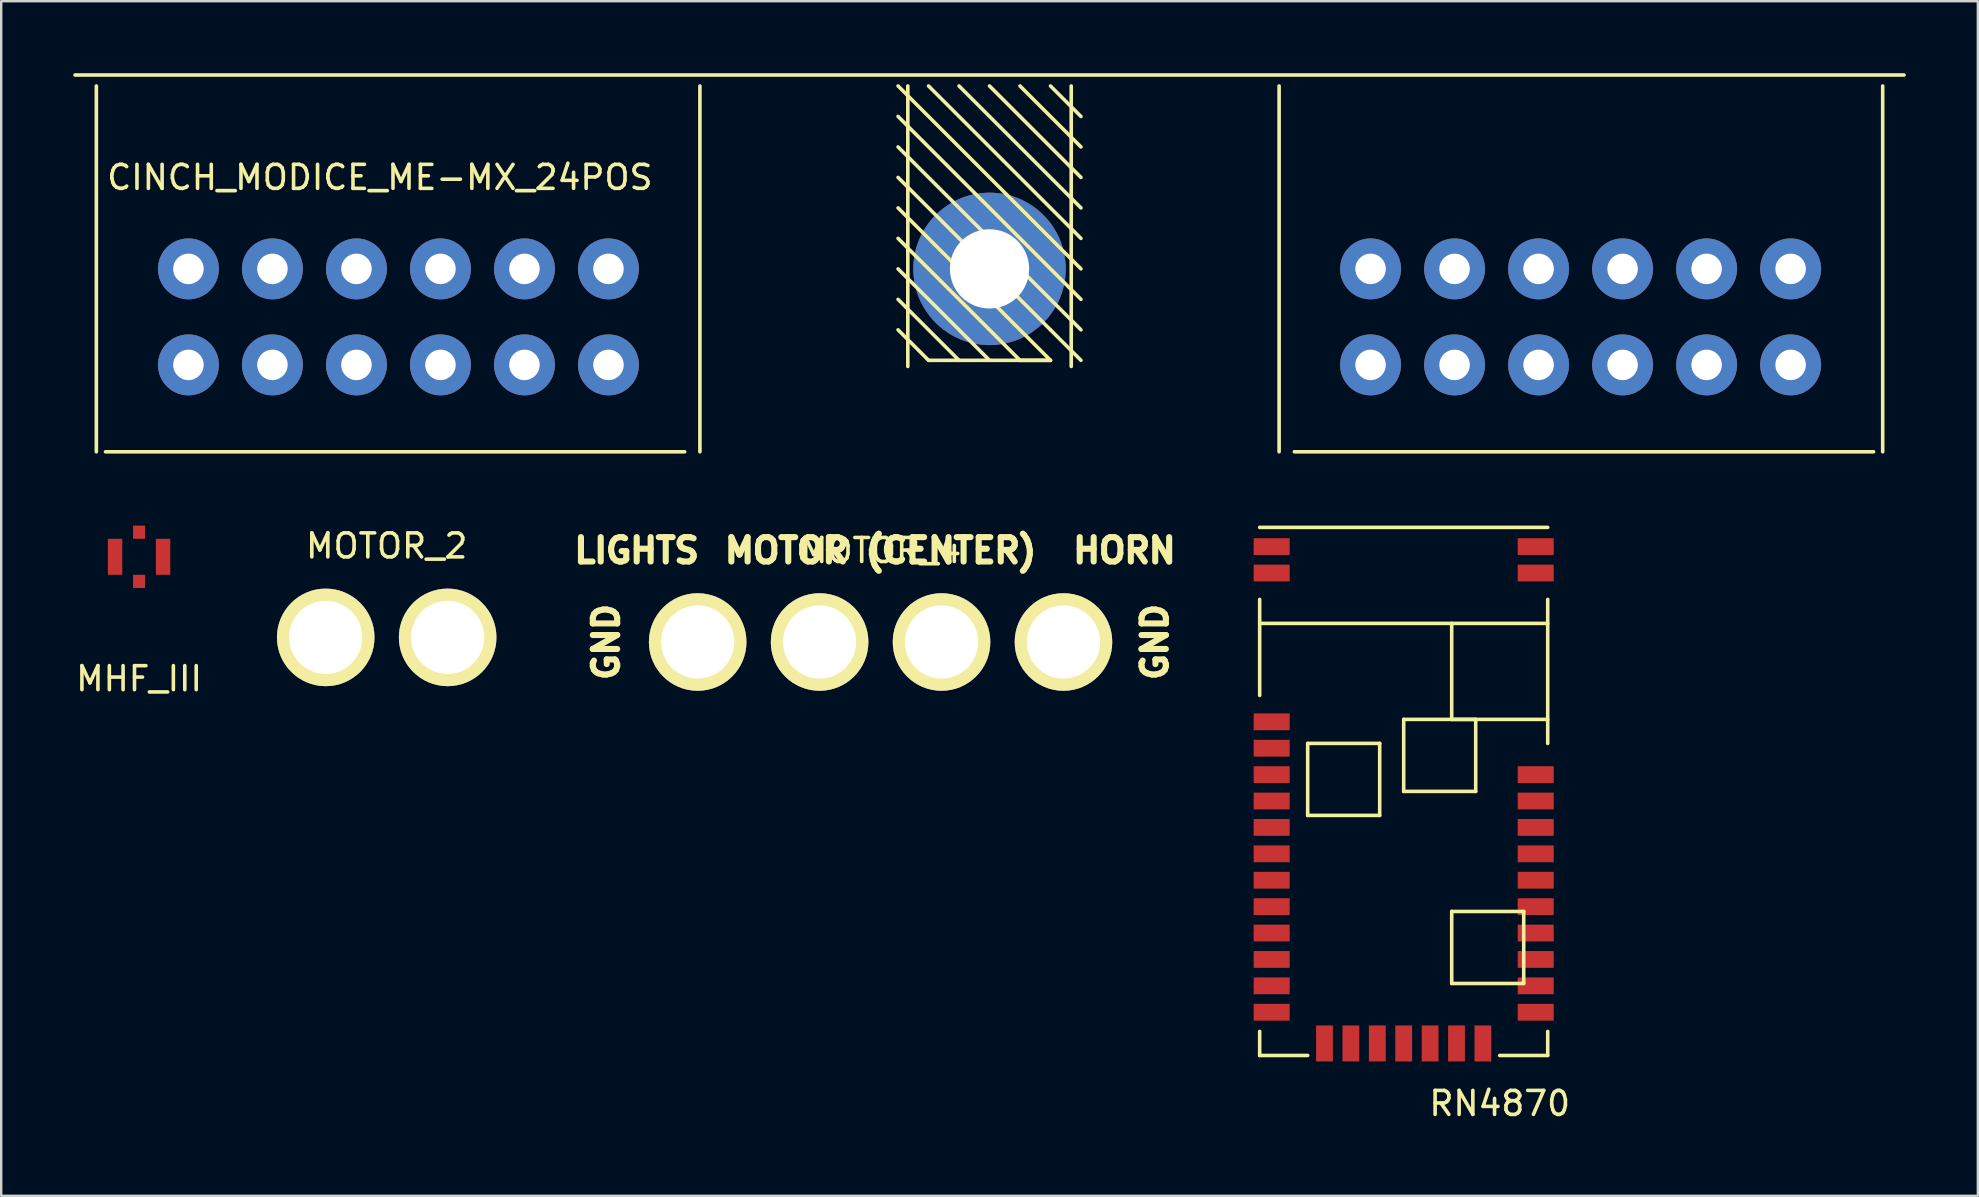
<source format=kicad_pcb>
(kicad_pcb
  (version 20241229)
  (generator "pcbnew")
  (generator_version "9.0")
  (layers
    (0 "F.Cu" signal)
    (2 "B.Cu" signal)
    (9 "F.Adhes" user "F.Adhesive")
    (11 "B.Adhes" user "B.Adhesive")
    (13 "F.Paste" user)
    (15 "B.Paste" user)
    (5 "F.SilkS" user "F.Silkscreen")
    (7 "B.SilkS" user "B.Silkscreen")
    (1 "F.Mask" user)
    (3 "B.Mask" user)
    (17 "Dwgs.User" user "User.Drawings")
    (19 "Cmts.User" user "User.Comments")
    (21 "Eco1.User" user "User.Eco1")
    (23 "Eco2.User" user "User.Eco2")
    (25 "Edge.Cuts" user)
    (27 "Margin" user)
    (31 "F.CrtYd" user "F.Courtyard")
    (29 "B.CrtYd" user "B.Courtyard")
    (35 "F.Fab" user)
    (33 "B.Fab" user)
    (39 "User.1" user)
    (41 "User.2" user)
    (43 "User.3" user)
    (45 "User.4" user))
  (footprint "MHF_III"
    (layer "F.Cu")
    (at 2.744 20.147)
    (property "Reference" "MHF_III" (at 0 5.08 0) (layer "F.SilkS") (effects (font (size 1 1) (thickness 0.15))))
    (attr through_hole)
    (pad "1" smd rect (at -1 0) (size 0.6 1.5) (layers "F.Cu" "F.Mask" "F.Paste"))
    (pad "1" smd rect (at 1 0) (size 0.6 1.5) (layers "F.Cu" "F.Mask" "F.Paste"))
    (pad "2" smd rect (at 0 1.025) (size 0.5 0.55) (layers "F.Cu" "F.Mask" "F.Paste"))
    (pad "3" smd rect (at 0 -1.025) (size 0.5 0.55) (layers "F.Cu" "F.Mask" "F.Paste")))
  (footprint "RN4870"
    (layer "F.Cu")
    (at 49.43 40.922)
    (property "Reference" "RN4870" (at 10 2 0) (layer "F.SilkS") (effects (font (size 1 1) (thickness 0.15))))
    (attr through_hole)
    (fp_line (start 0 -22) (end 12 -22) (stroke (width 0.15) (type solid)) (layer "F.SilkS"))
    (fp_line (start 0 -18) (end 12 -18) (stroke (width 0.15) (type solid)) (layer "F.SilkS"))
    (fp_line (start 0 -15) (end 0 -19) (stroke (width 0.15) (type solid)) (layer "F.SilkS"))
    (fp_line (start 0 -1) (end 0 0) (stroke (width 0.15) (type solid)) (layer "F.SilkS"))
    (fp_line (start 0 0) (end 2 0) (stroke (width 0.15) (type solid)) (layer "F.SilkS"))
    (fp_line (start 2 -13) (end 5 -13) (stroke (width 0.15) (type solid)) (layer "F.SilkS"))
    (fp_line (start 2 -10) (end 2 -13) (stroke (width 0.15) (type solid)) (layer "F.SilkS"))
    (fp_line (start 5 -13) (end 5 -10) (stroke (width 0.15) (type solid)) (layer "F.SilkS"))
    (fp_line (start 5 -10) (end 2 -10) (stroke (width 0.15) (type solid)) (layer "F.SilkS"))
    (fp_line (start 6 -14) (end 9 -14) (stroke (width 0.15) (type solid)) (layer "F.SilkS"))
    (fp_line (start 6 -11) (end 6 -14) (stroke (width 0.15) (type solid)) (layer "F.SilkS"))
    (fp_line (start 8 -18) (end 8 -14) (stroke (width 0.15) (type solid)) (layer "F.SilkS"))
    (fp_line (start 8 -14) (end 12 -14) (stroke (width 0.15) (type solid)) (layer "F.SilkS"))
    (fp_line (start 8 -6) (end 11 -6) (stroke (width 0.15) (type solid)) (layer "F.SilkS"))
    (fp_line (start 8 -3) (end 8 -6) (stroke (width 0.15) (type solid)) (layer "F.SilkS"))
    (fp_line (start 9 -14) (end 9 -11) (stroke (width 0.15) (type solid)) (layer "F.SilkS"))
    (fp_line (start 9 -11) (end 6 -11) (stroke (width 0.15) (type solid)) (layer "F.SilkS"))
    (fp_line (start 10 0) (end 12 0) (stroke (width 0.15) (type solid)) (layer "F.SilkS"))
    (fp_line (start 11 -6) (end 11 -3) (stroke (width 0.15) (type solid)) (layer "F.SilkS"))
    (fp_line (start 11 -3) (end 8 -3) (stroke (width 0.15) (type solid)) (layer "F.SilkS"))
    (fp_line (start 12 -19) (end 12 -13) (stroke (width 0.15) (type solid)) (layer "F.SilkS"))
    (fp_line (start 12 0) (end 12 -1) (stroke (width 0.15) (type solid)) (layer "F.SilkS"))
    (pad "1" smd rect (at 0.5 -21.2) (size 1.5 0.7) (layers "F.Cu" "F.Mask" "F.Paste"))
    (pad "2" smd rect (at 0.5 -20.1) (size 1.5 0.7) (layers "F.Cu" "F.Mask" "F.Paste"))
    (pad "3" smd rect (at 0.5 -13.9) (size 1.5 0.7) (layers "F.Cu" "F.Mask" "F.Paste"))
    (pad "4" smd rect (at 0.5 -12.8) (size 1.5 0.7) (layers "F.Cu" "F.Mask" "F.Paste"))
    (pad "5" smd rect (at 0.5 -11.7) (size 1.5 0.7) (layers "F.Cu" "F.Mask" "F.Paste"))
    (pad "6" smd rect (at 0.5 -10.6) (size 1.5 0.7) (layers "F.Cu" "F.Mask" "F.Paste"))
    (pad "7" smd rect (at 0.5 -9.5) (size 1.5 0.7) (layers "F.Cu" "F.Mask" "F.Paste"))
    (pad "8" smd rect (at 0.5 -8.4) (size 1.5 0.7) (layers "F.Cu" "F.Mask" "F.Paste"))
    (pad "9" smd rect (at 0.5 -7.3) (size 1.5 0.7) (layers "F.Cu" "F.Mask" "F.Paste"))
    (pad "10" smd rect (at 0.5 -6.2) (size 1.5 0.7) (layers "F.Cu" "F.Mask" "F.Paste"))
    (pad "11" smd rect (at 0.5 -5.1) (size 1.5 0.7) (layers "F.Cu" "F.Mask" "F.Paste"))
    (pad "12" smd rect (at 0.5 -4) (size 1.5 0.7) (layers "F.Cu" "F.Mask" "F.Paste"))
    (pad "13" smd rect (at 0.5 -2.9) (size 1.5 0.7) (layers "F.Cu" "F.Mask" "F.Paste"))
    (pad "14" smd rect (at 0.5 -1.8) (size 1.5 0.7) (layers "F.Cu" "F.Mask" "F.Paste"))
    (pad "15" smd rect (at 2.7 -0.5 90) (size 1.5 0.7) (layers "F.Cu" "F.Mask" "F.Paste"))
    (pad "16" smd rect (at 3.8 -0.5 90) (size 1.5 0.7) (layers "F.Cu" "F.Mask" "F.Paste"))
    (pad "17" smd rect (at 4.9 -0.5 90) (size 1.5 0.7) (layers "F.Cu" "F.Mask" "F.Paste"))
    (pad "18" smd rect (at 6 -0.5 90) (size 1.5 0.7) (layers "F.Cu" "F.Mask" "F.Paste"))
    (pad "19" smd rect (at 7.1 -0.5 90) (size 1.5 0.7) (layers "F.Cu" "F.Mask" "F.Paste"))
    (pad "20" smd rect (at 8.2 -0.5 90) (size 1.5 0.7) (layers "F.Cu" "F.Mask" "F.Paste"))
    (pad "21" smd rect (at 9.3 -0.5 90) (size 1.5 0.7) (layers "F.Cu" "F.Mask" "F.Paste"))
    (pad "22" smd rect (at 11.5 -1.8) (size 1.5 0.7) (layers "F.Cu" "F.Mask" "F.Paste"))
    (pad "23" smd rect (at 11.5 -2.9) (size 1.5 0.7) (layers "F.Cu" "F.Mask" "F.Paste"))
    (pad "24" smd rect (at 11.5 -4) (size 1.5 0.7) (layers "F.Cu" "F.Mask" "F.Paste"))
    (pad "25" smd rect (at 11.5 -5.1) (size 1.5 0.7) (layers "F.Cu" "F.Mask" "F.Paste"))
    (pad "26" smd rect (at 11.5 -6.2) (size 1.5 0.7) (layers "F.Cu" "F.Mask" "F.Paste"))
    (pad "27" smd rect (at 11.5 -7.3) (size 1.5 0.7) (layers "F.Cu" "F.Mask" "F.Paste"))
    (pad "28" smd rect (at 11.5 -8.4) (size 1.5 0.7) (layers "F.Cu" "F.Mask" "F.Paste"))
    (pad "29" smd rect (at 11.5 -9.5) (size 1.5 0.7) (layers "F.Cu" "F.Mask" "F.Paste"))
    (pad "30" smd rect (at 11.5 -10.6) (size 1.5 0.7) (layers "F.Cu" "F.Mask" "F.Paste"))
    (pad "31" smd rect (at 11.5 -11.7) (size 1.5 0.7) (layers "F.Cu" "F.Mask" "F.Paste"))
    (pad "32" smd rect (at 11.5 -20.1) (size 1.5 0.7) (layers "F.Cu" "F.Mask" "F.Paste"))
    (pad "33" smd rect (at 11.5 -21.2) (size 1.5 0.7) (layers "F.Cu" "F.Mask" "F.Paste")))
  (footprint "MOTOR_2"
    (layer "F.Cu")
    (at 13.06 23.505)
    (property "Reference" "MOTOR_2" (at 0 -3.81 0) (layer "F.SilkS") (effects (font (size 1 1) (thickness 0.15))))
    (attr through_hole)
    (pad "1" thru_hole circle (at -2.54 0) (size 4.064 4.064) (drill 3.048) (layers "*.Cu" "*.Mask" "F.SilkS"))
    (pad "2" thru_hole circle (at 2.54 0) (size 4.064 4.064) (drill 3.048) (layers "*.Cu" "*.Mask" "F.SilkS")))
  (footprint "MOTOR_4"
    (layer "F.Cu")
    (at 33.636 23.697)
    (property "Reference" "MOTOR_4" (at 0 -3.81 0) (layer "F.SilkS") (effects (font (size 1 1) (thickness 0.15))))
    (attr through_hole)
    (fp_text user "GND" (at 11.43 0 90) (layer "F.SilkS") (effects (font (size 1.016 1.016) (thickness 0.254))))
    (fp_text user "HORN" (at 10.16 -3.81 0) (layer "F.SilkS") (effects (font (size 1.016 1.016) (thickness 0.254))))
    (fp_text user "MOTOR (CENTER)" (at 0 -3.81 0) (layer "F.SilkS") (effects (font (size 1.016 1.016) (thickness 0.254))))
    (fp_text user "GND" (at -11.43 0 90) (layer "F.SilkS") (effects (font (size 1.016 1.016) (thickness 0.254))))
    (fp_text user "LIGHTS" (at -10.16 -3.81 0) (layer "F.SilkS") (effects (font (size 1.016 1.016) (thickness 0.254))))
    (pad "1" thru_hole circle (at -7.62 0) (size 4.064 4.064) (drill 3.048) (layers "*.Cu" "*.Mask" "F.SilkS"))
    (pad "2" thru_hole circle (at -2.54 0) (size 4.064 4.064) (drill 3.048) (layers "*.Cu" "*.Mask" "F.SilkS"))
    (pad "3" thru_hole circle (at 2.54 0) (size 4.064 4.064) (drill 3.048) (layers "*.Cu" "*.Mask" "F.SilkS"))
    (pad "4" thru_hole circle (at 7.62 0) (size 4.064 4.064) (drill 3.048) (layers "*.Cu" "*.Mask" "F.SilkS")))
  (footprint "CINCH_MODICE_ME-MX_24POS"
    (layer "F.Cu")
    (at 38.175 8.152)
    (property "Reference" "CINCH_MODICE_ME-MX_24POS" (at -25.4 -3.81 0) (layer "F.SilkS") (effects (font (size 1 1) (thickness 0.15))))
    (attr through_hole)
    (fp_line (start -38.1 -8.077) (end 38.1 -8.077) (stroke (width 0.15) (type solid)) (layer "F.SilkS"))
    (fp_line (start -37.211 -7.62) (end -37.211 7.62) (stroke (width 0.15) (type solid)) (layer "F.SilkS"))
    (fp_line (start -36.83 7.62) (end -12.7 7.62) (stroke (width 0.15) (type solid)) (layer "F.SilkS"))
    (fp_line (start -12.065 -7.62) (end -12.065 7.62) (stroke (width 0.15) (type solid)) (layer "F.SilkS"))
    (fp_line (start -3.81 -6.35) (end 3.81 1.27) (stroke (width 0.15) (type solid)) (layer "F.SilkS"))
    (fp_line (start -3.81 -3.81) (end 2.54 2.54) (stroke (width 0.15) (type solid)) (layer "F.SilkS"))
    (fp_line (start -3.81 -1.27) (end 1.27 3.81) (stroke (width 0.15) (type solid)) (layer "F.SilkS"))
    (fp_line (start -3.404 -7.62) (end -3.404 4.064) (stroke (width 0.15) (type solid)) (layer "F.SilkS"))
    (fp_line (start -2.54 -7.62) (end 3.81 -1.27) (stroke (width 0.15) (type solid)) (layer "F.SilkS"))
    (fp_line (start -2.54 3.81) (end -3.81 2.54) (stroke (width 0.15) (type solid)) (layer "F.SilkS"))
    (fp_line (start -2.54 3.81) (end 2.54 3.81) (stroke (width 0.15) (type solid)) (layer "F.SilkS"))
    (fp_line (start -1.27 3.81) (end -3.81 1.27) (stroke (width 0.15) (type solid)) (layer "F.SilkS"))
    (fp_line (start 0 -7.62) (end 3.81 -3.81) (stroke (width 0.15) (type solid)) (layer "F.SilkS"))
    (fp_line (start 0 3.81) (end -3.81 0) (stroke (width 0.15) (type solid)) (layer "F.SilkS"))
    (fp_line (start 1.27 3.81) (end 2.54 3.81) (stroke (width 0.15) (type solid)) (layer "F.SilkS"))
    (fp_line (start 2.54 -7.62) (end 3.81 -6.35) (stroke (width 0.15) (type solid)) (layer "F.SilkS"))
    (fp_line (start 2.54 2.54) (end 3.81 3.81) (stroke (width 0.15) (type solid)) (layer "F.SilkS"))
    (fp_line (start 2.54 3.81) (end -3.81 -2.54) (stroke (width 0.15) (type solid)) (layer "F.SilkS"))
    (fp_line (start 3.404 -7.62) (end 3.404 4.064) (stroke (width 0.15) (type solid)) (layer "F.SilkS"))
    (fp_line (start 3.81 -5.08) (end 1.27 -7.62) (stroke (width 0.15) (type solid)) (layer "F.SilkS"))
    (fp_line (start 3.81 -2.54) (end -1.27 -7.62) (stroke (width 0.15) (type solid)) (layer "F.SilkS"))
    (fp_line (start 3.81 0) (end -3.81 -7.62) (stroke (width 0.15) (type solid)) (layer "F.SilkS"))
    (fp_line (start 3.81 2.54) (end -3.81 -5.08) (stroke (width 0.15) (type solid)) (layer "F.SilkS"))
    (fp_line (start 12.065 -7.62) (end 12.065 7.62) (stroke (width 0.15) (type solid)) (layer "F.SilkS"))
    (fp_line (start 12.7 7.62) (end 36.83 7.62) (stroke (width 0.15) (type solid)) (layer "F.SilkS"))
    (fp_line (start 37.211 -7.62) (end 37.211 7.62) (stroke (width 0.15) (type solid)) (layer "F.SilkS"))
    (pad "" thru_hole circle (at 0 0) (size 6.35 6.35) (drill 3.302) (layers "*.Cu" "*.Mask"))
    (pad "1" thru_hole circle (at -15.875 4) (size 2.54 2.54) (drill 1.27) (layers "*.Cu" "*.Mask"))
    (pad "2" thru_hole circle (at -19.375 4) (size 2.54 2.54) (drill 1.27) (layers "*.Cu" "*.Mask"))
    (pad "3" thru_hole circle (at -22.875 4) (size 2.54 2.54) (drill 1.27) (layers "*.Cu" "*.Mask"))
    (pad "4" thru_hole circle (at -26.375 4) (size 2.54 2.54) (drill 1.27) (layers "*.Cu" "*.Mask"))
    (pad "5" thru_hole circle (at -29.875 4) (size 2.54 2.54) (drill 1.27) (layers "*.Cu" "*.Mask"))
    (pad "6" thru_hole circle (at -33.375 4) (size 2.54 2.54) (drill 1.27) (layers "*.Cu" "*.Mask"))
    (pad "7" thru_hole circle (at -15.875 0) (size 2.54 2.54) (drill 1.27) (layers "*.Cu" "*.Mask"))
    (pad "8" thru_hole circle (at -19.375 0) (size 2.54 2.54) (drill 1.27) (layers "*.Cu" "*.Mask"))
    (pad "9" thru_hole circle (at -22.875 0) (size 2.54 2.54) (drill 1.27) (layers "*.Cu" "*.Mask"))
    (pad "10" thru_hole circle (at -26.375 0) (size 2.54 2.54) (drill 1.27) (layers "*.Cu" "*.Mask"))
    (pad "11" thru_hole circle (at -29.875 0) (size 2.54 2.54) (drill 1.27) (layers "*.Cu" "*.Mask"))
    (pad "12" thru_hole circle (at -33.375 0) (size 2.54 2.54) (drill 1.27) (layers "*.Cu" "*.Mask"))
    (pad "13" thru_hole circle (at 33.375 4) (size 2.54 2.54) (drill 1.27) (layers "*.Cu" "*.Mask"))
    (pad "14" thru_hole circle (at 29.875 4) (size 2.54 2.54) (drill 1.27) (layers "*.Cu" "*.Mask"))
    (pad "15" thru_hole circle (at 26.375 4) (size 2.54 2.54) (drill 1.27) (layers "*.Cu" "*.Mask"))
    (pad "16" thru_hole circle (at 22.875 4) (size 2.54 2.54) (drill 1.27) (layers "*.Cu" "*.Mask"))
    (pad "17" thru_hole circle (at 19.375 4) (size 2.54 2.54) (drill 1.27) (layers "*.Cu" "*.Mask"))
    (pad "18" thru_hole circle (at 15.875 4) (size 2.54 2.54) (drill 1.27) (layers "*.Cu" "*.Mask"))
    (pad "19" thru_hole circle (at 33.375 0) (size 2.54 2.54) (drill 1.27) (layers "*.Cu" "*.Mask"))
    (pad "20" thru_hole circle (at 29.875 0) (size 2.54 2.54) (drill 1.27) (layers "*.Cu" "*.Mask"))
    (pad "21" thru_hole circle (at 26.375 0) (size 2.54 2.54) (drill 1.27) (layers "*.Cu" "*.Mask"))
    (pad "22" thru_hole circle (at 22.875 0) (size 2.54 2.54) (drill 1.27) (layers "*.Cu" "*.Mask"))
    (pad "23" thru_hole circle (at 19.375 0) (size 2.54 2.54) (drill 1.27) (layers "*.Cu" "*.Mask"))
    (pad "24" thru_hole circle (at 15.875 0) (size 2.54 2.54) (drill 1.27) (layers "*.Cu" "*.Mask")))
  (gr_rect
    (start -3 -3)
    (end 79.35 46.77)
    (stroke (width 0.1) (type default))
    (fill no)
    (layer "Edge.Cuts")))
</source>
